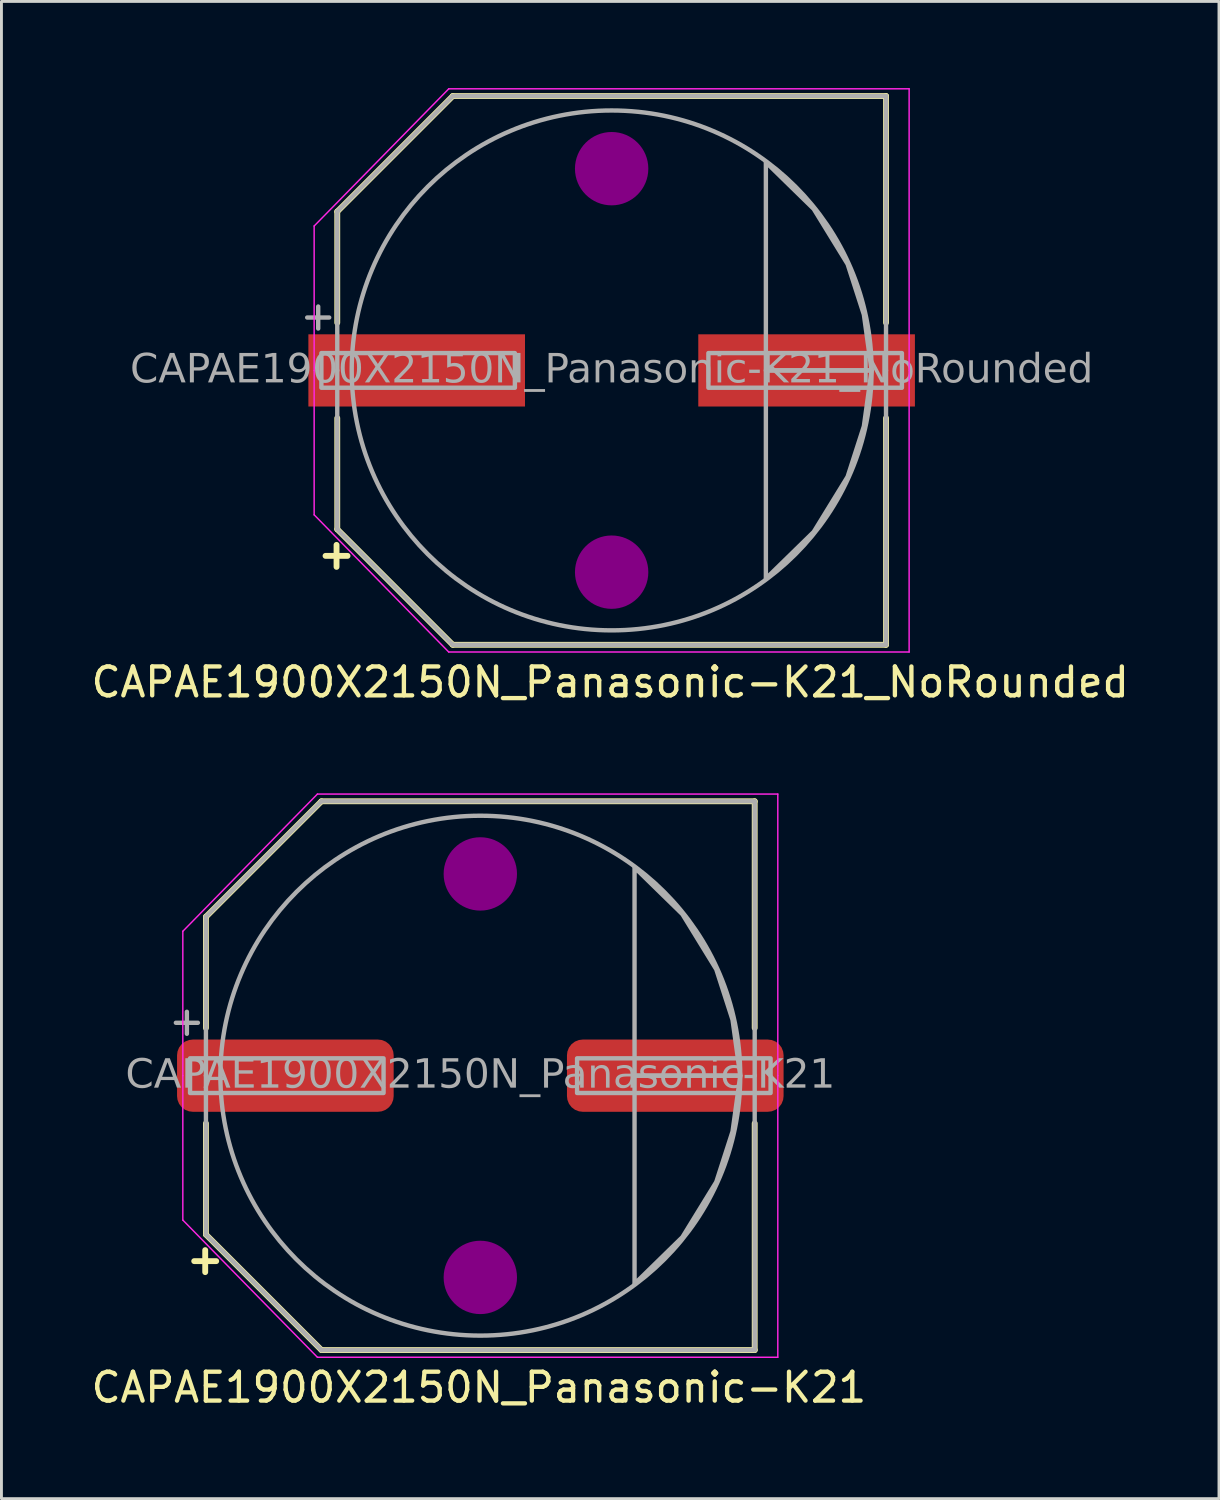
<source format=kicad_pcb>
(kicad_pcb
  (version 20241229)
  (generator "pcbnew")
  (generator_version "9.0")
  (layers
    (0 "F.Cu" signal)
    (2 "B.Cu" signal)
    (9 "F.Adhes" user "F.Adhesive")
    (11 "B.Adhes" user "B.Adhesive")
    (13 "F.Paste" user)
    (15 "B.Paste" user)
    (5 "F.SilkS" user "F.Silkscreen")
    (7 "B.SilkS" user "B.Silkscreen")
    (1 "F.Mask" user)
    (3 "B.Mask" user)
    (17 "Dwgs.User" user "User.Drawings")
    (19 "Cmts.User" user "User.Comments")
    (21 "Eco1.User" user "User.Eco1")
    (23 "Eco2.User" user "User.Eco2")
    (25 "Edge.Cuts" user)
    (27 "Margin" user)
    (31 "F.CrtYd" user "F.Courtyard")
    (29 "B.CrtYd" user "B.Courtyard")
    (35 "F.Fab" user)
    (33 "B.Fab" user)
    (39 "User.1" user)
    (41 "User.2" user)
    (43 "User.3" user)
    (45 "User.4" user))
  (footprint "CAPAE1900X2150N_Panasonic-K21_NoRounded"
    (layer "F.Cu")
    (at 18.127 9.775)
    (property "Reference" "CAPAE1900X2150N_Panasonic-K21_NoRounded" (at -0.05 10.795 0) (layer "F.SilkS") (effects (font (size 1 1) (thickness 0.15))))
    (attr smd)
    (fp_line (start -9.5 -5.5) (end -5.502 -9.498) (stroke (width 0.203) (type default)) (layer "F.SilkS"))
    (fp_line (start -9.5 -1.651) (end -9.5 -5.5) (stroke (width 0.203) (type default)) (layer "F.SilkS"))
    (fp_line (start -9.5 1.651) (end -9.5 5.5) (stroke (width 0.203) (type default)) (layer "F.SilkS"))
    (fp_line (start -9.5 5.5) (end -5.502 9.498) (stroke (width 0.203) (type default)) (layer "F.SilkS"))
    (fp_line (start -5.5 -9.5) (end 9.5 -9.5) (stroke (width 0.203) (type solid)) (layer "F.SilkS"))
    (fp_line (start -5.5 9.5) (end 9.5 9.5) (stroke (width 0.203) (type solid)) (layer "F.SilkS"))
    (fp_line (start 9.5 -1.651) (end 9.5 -9.5) (stroke (width 0.203) (type solid)) (layer "F.SilkS"))
    (fp_line (start 9.5 1.651) (end 9.5 9.5) (stroke (width 0.203) (type solid)) (layer "F.SilkS"))
    (fp_circle (center 0 -6.985) (end 1.27 -6.985) (stroke (width 0) (type solid)) (fill yes) (layer "F.Adhes"))
    (fp_circle (center 0 6.985) (end 1.27 6.985) (stroke (width 0) (type solid)) (fill yes) (layer "F.Adhes"))
    (fp_line (start -10.3 -5) (end -10.3 0) (stroke (width 0.05) (type solid)) (layer "F.CrtYd"))
    (fp_line (start -10.3 5) (end -10.3 0) (stroke (width 0.05) (type solid)) (layer "F.CrtYd"))
    (fp_line (start -5.64 -9.75) (end -10.3 -5) (stroke (width 0.05) (type default)) (layer "F.CrtYd"))
    (fp_line (start -5.64 -9.75) (end 10.3 -9.75) (stroke (width 0.05) (type solid)) (layer "F.CrtYd"))
    (fp_line (start -5.64 9.75) (end -10.3 5) (stroke (width 0.05) (type default)) (layer "F.CrtYd"))
    (fp_line (start -5.64 9.75) (end 10.3 9.75) (stroke (width 0.05) (type solid)) (layer "F.CrtYd"))
    (fp_line (start 10.3 -9.75) (end 10.3 0) (stroke (width 0.05) (type solid)) (layer "F.CrtYd"))
    (fp_line (start 10.3 9.75) (end 10.3 0) (stroke (width 0.05) (type solid)) (layer "F.CrtYd"))
    (fp_line (start -9.5 -5.5) (end -9.5 0) (stroke (width 0.152) (type solid)) (layer "F.Fab"))
    (fp_line (start -9.5 -5.5) (end -5.5 -9.5) (stroke (width 0.152) (type default)) (layer "F.Fab"))
    (fp_line (start -9.5 5.5) (end -9.5 0) (stroke (width 0.152) (type solid)) (layer "F.Fab"))
    (fp_line (start -9.5 5.5) (end -5.5 9.5) (stroke (width 0.152) (type default)) (layer "F.Fab"))
    (fp_line (start -5.5 -9.5) (end 9.5 -9.5) (stroke (width 0.152) (type solid)) (layer "F.Fab"))
    (fp_line (start -5.5 9.5) (end 9.5 9.5) (stroke (width 0.152) (type solid)) (layer "F.Fab"))
    (fp_line (start 9.5 -9.5) (end 9.5 0) (stroke (width 0.152) (type solid)) (layer "F.Fab"))
    (fp_line (start 9.5 9.5) (end 9.5 0) (stroke (width 0.152) (type solid)) (layer "F.Fab"))
    (fp_rect (start -10.05 0.6) (end -3.35 -0.6) (stroke (width 0.152) (type solid)) (fill no) (layer "F.Fab"))
    (fp_rect (start 3.35 0.6) (end 10.05 -0.6) (stroke (width 0.152) (type solid)) (fill no) (layer "F.Fab"))
    (fp_circle (center 0 0) (end 9 0) (stroke (width 0.152) (type default)) (fill no) (layer "F.Fab"))
    (fp_poly (pts (xy 5.34 -7.21) (xy 6.997 -5.59) (xy 8.17 -3.68) (xy 8.733 -1.933) (xy 9 0) (xy 5.34 0)) (stroke (width 0.152) (type solid)) (fill no) (layer "F.Fab"))
    (fp_poly (pts (xy 5.34 7.21) (xy 6.997 5.59) (xy 8.17 3.68) (xy 8.733 1.933) (xy 9 0) (xy 5.34 0)) (stroke (width 0.152) (type solid)) (fill no) (layer "F.Fab"))
    (fp_text user "+" (at -9.525 6.35 0) (unlocked yes) (layer "F.SilkS") (effects (font (size 1 1) (thickness 0.203) (bold yes))))
    (fp_text user "${REFERENCE}" (at 0 0 0) (layer "F.Fab") (effects (font (face "Tahoma") (size 1 1) (thickness 0.15))))
    (fp_text user "+" (at -10.16 -1.905 0) (unlocked yes) (layer "F.Fab") (effects (font (size 1 1) (thickness 0.152))))
    (pad "1" smd rect (at -6.75 0) (size 7.5 2.5) (layers "F.Cu" "F.Mask" "F.Paste"))
    (pad "2" smd rect (at 6.75 0) (size 7.5 2.5) (layers "F.Cu" "F.Mask" "F.Paste")))
  (footprint "CAPAE1900X2150N_Panasonic-K21"
    (layer "F.Cu")
    (at 13.58 34.193)
    (property "Reference" "CAPAE1900X2150N_Panasonic-K21" (at -0.05 10.795 0) (layer "F.SilkS") (effects (font (size 1 1) (thickness 0.15))))
    (attr smd)
    (fp_line (start -9.5 -5.5) (end -5.502 -9.498) (stroke (width 0.203) (type default)) (layer "F.SilkS"))
    (fp_line (start -9.5 -1.651) (end -9.5 -5.5) (stroke (width 0.203) (type default)) (layer "F.SilkS"))
    (fp_line (start -9.5 1.651) (end -9.5 5.5) (stroke (width 0.203) (type default)) (layer "F.SilkS"))
    (fp_line (start -9.5 5.5) (end -5.502 9.498) (stroke (width 0.203) (type default)) (layer "F.SilkS"))
    (fp_line (start -5.5 -9.5) (end 9.5 -9.5) (stroke (width 0.203) (type solid)) (layer "F.SilkS"))
    (fp_line (start -5.5 9.5) (end 9.5 9.5) (stroke (width 0.203) (type solid)) (layer "F.SilkS"))
    (fp_line (start 9.5 -1.651) (end 9.5 -9.5) (stroke (width 0.203) (type solid)) (layer "F.SilkS"))
    (fp_line (start 9.5 1.651) (end 9.5 9.5) (stroke (width 0.203) (type solid)) (layer "F.SilkS"))
    (fp_circle (center 0 -6.985) (end 1.27 -6.985) (stroke (width 0) (type solid)) (fill yes) (layer "F.Adhes"))
    (fp_circle (center 0 6.985) (end 1.27 6.985) (stroke (width 0) (type solid)) (fill yes) (layer "F.Adhes"))
    (fp_line (start -10.3 -5) (end -10.3 0) (stroke (width 0.05) (type solid)) (layer "F.CrtYd"))
    (fp_line (start -10.3 5) (end -10.3 0) (stroke (width 0.05) (type solid)) (layer "F.CrtYd"))
    (fp_line (start -5.64 -9.75) (end -10.3 -5) (stroke (width 0.05) (type default)) (layer "F.CrtYd"))
    (fp_line (start -5.64 -9.75) (end 10.3 -9.75) (stroke (width 0.05) (type solid)) (layer "F.CrtYd"))
    (fp_line (start -5.64 9.75) (end -10.3 5) (stroke (width 0.05) (type default)) (layer "F.CrtYd"))
    (fp_line (start -5.64 9.75) (end 10.3 9.75) (stroke (width 0.05) (type solid)) (layer "F.CrtYd"))
    (fp_line (start 10.3 -9.75) (end 10.3 0) (stroke (width 0.05) (type solid)) (layer "F.CrtYd"))
    (fp_line (start 10.3 9.75) (end 10.3 0) (stroke (width 0.05) (type solid)) (layer "F.CrtYd"))
    (fp_line (start -9.5 -5.5) (end -9.5 0) (stroke (width 0.152) (type solid)) (layer "F.Fab"))
    (fp_line (start -9.5 -5.5) (end -5.5 -9.5) (stroke (width 0.152) (type default)) (layer "F.Fab"))
    (fp_line (start -9.5 5.5) (end -9.5 0) (stroke (width 0.152) (type solid)) (layer "F.Fab"))
    (fp_line (start -9.5 5.5) (end -5.5 9.5) (stroke (width 0.152) (type default)) (layer "F.Fab"))
    (fp_line (start -5.5 -9.5) (end 9.5 -9.5) (stroke (width 0.152) (type solid)) (layer "F.Fab"))
    (fp_line (start -5.5 9.5) (end 9.5 9.5) (stroke (width 0.152) (type solid)) (layer "F.Fab"))
    (fp_line (start 9.5 -9.5) (end 9.5 0) (stroke (width 0.152) (type solid)) (layer "F.Fab"))
    (fp_line (start 9.5 9.5) (end 9.5 0) (stroke (width 0.152) (type solid)) (layer "F.Fab"))
    (fp_rect (start -10.05 0.6) (end -3.35 -0.6) (stroke (width 0.152) (type solid)) (fill no) (layer "F.Fab"))
    (fp_rect (start 3.35 0.6) (end 10.05 -0.6) (stroke (width 0.152) (type solid)) (fill no) (layer "F.Fab"))
    (fp_circle (center 0 0) (end 9 0) (stroke (width 0.152) (type default)) (fill no) (layer "F.Fab"))
    (fp_poly (pts (xy 5.34 -7.21) (xy 6.997 -5.59) (xy 8.17 -3.68) (xy 8.733 -1.933) (xy 9 0) (xy 5.34 0)) (stroke (width 0.152) (type solid)) (fill no) (layer "F.Fab"))
    (fp_poly (pts (xy 5.34 7.21) (xy 6.997 5.59) (xy 8.17 3.68) (xy 8.733 1.933) (xy 9 0) (xy 5.34 0)) (stroke (width 0.152) (type solid)) (fill no) (layer "F.Fab"))
    (fp_text user "+" (at -9.525 6.35 0) (unlocked yes) (layer "F.SilkS") (effects (font (size 1 1) (thickness 0.203) (bold yes))))
    (fp_text user "${REFERENCE}" (at 0 0 0) (layer "F.Fab") (effects (font (face "Tahoma") (size 1 1) (thickness 0.15))))
    (fp_text user "+" (at -10.16 -1.905 0) (unlocked yes) (layer "F.Fab") (effects (font (size 1 1) (thickness 0.152))))
    (pad "1" smd roundrect (at -6.75 0) (size 7.5 2.5) (layers "F.Cu" "F.Mask" "F.Paste") (roundrect_rratio 0.217))
    (pad "2" smd roundrect (at 6.75 0) (size 7.5 2.5) (layers "F.Cu" "F.Mask" "F.Paste") (roundrect_rratio 0.217)))
  (gr_rect
    (start -3 -3)
    (end 39.155 48.837)
    (stroke (width 0.1) (type default))
    (fill no)
    (layer "Edge.Cuts")))
</source>
